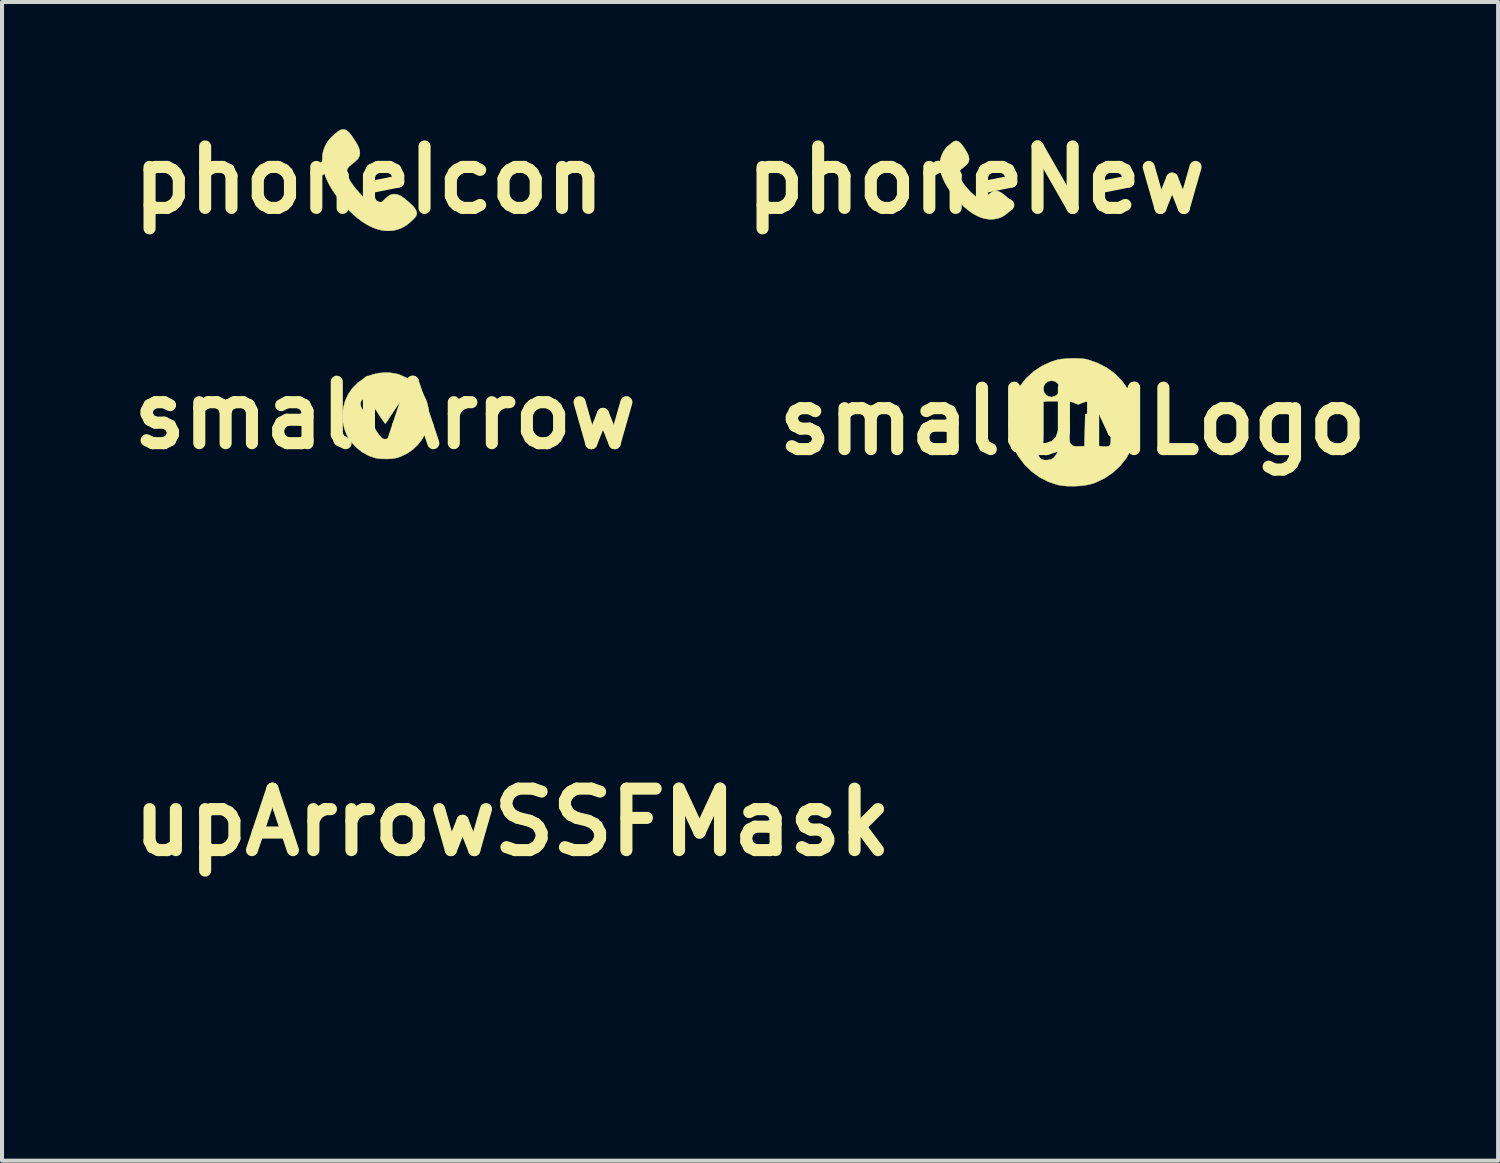
<source format=kicad_pcb>
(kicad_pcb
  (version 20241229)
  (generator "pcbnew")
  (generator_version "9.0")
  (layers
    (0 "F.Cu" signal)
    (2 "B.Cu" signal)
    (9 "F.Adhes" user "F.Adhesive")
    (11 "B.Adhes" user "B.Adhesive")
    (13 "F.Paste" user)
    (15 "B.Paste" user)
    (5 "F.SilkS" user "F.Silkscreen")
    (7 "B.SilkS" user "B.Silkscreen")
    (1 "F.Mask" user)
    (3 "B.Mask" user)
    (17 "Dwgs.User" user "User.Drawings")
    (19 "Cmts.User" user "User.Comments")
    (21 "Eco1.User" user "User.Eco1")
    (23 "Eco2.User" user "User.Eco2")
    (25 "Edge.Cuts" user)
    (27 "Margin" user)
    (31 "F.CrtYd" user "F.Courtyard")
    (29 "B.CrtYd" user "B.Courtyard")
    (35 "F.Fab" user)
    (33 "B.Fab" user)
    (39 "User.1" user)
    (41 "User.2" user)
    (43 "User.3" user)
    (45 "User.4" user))
  (footprint "upArrowSSFMask"
    (layer "F.Cu")
    (at 9.659 17.349)
    (property "Reference" "upArrowSSFMask" (at 0 0 0) (layer "F.SilkS") (effects (font (size 1.524 1.524) (thickness 0.3))))
    (attr through_hole)
    (fp_poly (pts (xy 1.201 -5.21) (xy 2.027 -4.956) (xy 2.271 -4.847) (xy 2.752 -4.614) (xy 2.329 -4.588) (xy 1.999 -4.545) (xy 1.786 -4.446) (xy 1.667 -4.261) (xy 1.616 -3.959) (xy 1.609 -3.683) (xy 1.624 -3.29) (xy 1.69 -3.032) (xy 1.835 -2.882) (xy 2.088 -2.812) (xy 2.477 -2.794) (xy 2.519 -2.794) (xy 2.911 -2.809) (xy 3.164 -2.871) (xy 3.308 -3.01) (xy 3.372 -3.254) (xy 3.387 -3.622) (xy 3.387 -4.183) (xy 3.732 -3.848) (xy 4.083 -3.455) (xy 4.436 -2.972) (xy 4.751 -2.456) (xy 4.994 -1.966) (xy 5.071 -1.763) (xy 5.295 -0.838) (xy 5.36 0.081) (xy 5.275 0.977) (xy 5.047 1.836) (xy 4.685 2.639) (xy 4.196 3.373) (xy 3.589 4.019) (xy 2.872 4.563) (xy 2.054 4.988) (xy 1.566 5.164) (xy 1.134 5.266) (xy 0.617 5.34) (xy 0.073 5.383) (xy -0.44 5.39) (xy -0.867 5.358) (xy -0.975 5.338) (xy -1.904 5.058) (xy -2.754 4.639) (xy -3.509 4.096) (xy -4.156 3.44) (xy -4.681 2.684) (xy -5.07 1.839) (xy -5.128 1.669) (xy -5.143 1.602) (xy -3.055 1.602) (xy -3.025 1.712) (xy -2.963 1.81) (xy -2.874 1.91) (xy -2.864 1.921) (xy -2.654 2.053) (xy -2.38 2.118) (xy -2.117 2.107) (xy -1.989 2.052) (xy -1.922 1.968) (xy -1.779 1.768) (xy -1.579 1.478) (xy -1.339 1.125) (xy -1.076 0.734) (xy -0.808 0.332) (xy -0.553 -0.056) (xy -0.327 -0.404) (xy -0.149 -0.685) (xy -0.14 -0.699) (xy -0.024 -0.859) (xy 0.062 -0.93) (xy 0.065 -0.93) (xy 0.128 -0.862) (xy 0.267 -0.673) (xy 0.467 -0.384) (xy 0.713 -0.019) (xy 0.989 0.402) (xy 1.016 0.443) (xy 1.302 0.881) (xy 1.566 1.276) (xy 1.79 1.606) (xy 1.957 1.843) (xy 2.052 1.964) (xy 2.053 1.966) (xy 2.267 2.08) (xy 2.551 2.113) (xy 2.829 2.063) (xy 2.978 1.977) (xy 3.103 1.751) (xy 3.133 1.486) (xy 3.122 1.348) (xy 3.083 1.199) (xy 3.002 1.015) (xy 2.867 0.774) (xy 2.666 0.454) (xy 2.387 0.03) (xy 2.201 -0.246) (xy 1.916 -0.672) (xy 1.665 -1.048) (xy 1.465 -1.352) (xy 1.329 -1.563) (xy 1.271 -1.659) (xy 1.27 -1.662) (xy 1.221 -1.769) (xy 1.094 -1.964) (xy 0.921 -2.205) (xy 0.734 -2.449) (xy 0.564 -2.655) (xy 0.442 -2.78) (xy 0.42 -2.796) (xy 0.11 -2.875) (xy -0.206 -2.813) (xy -0.309 -2.754) (xy -0.414 -2.644) (xy -0.591 -2.419) (xy -0.821 -2.103) (xy -1.085 -1.725) (xy -1.29 -1.421) (xy -1.768 -0.7) (xy -2.159 -0.106) (xy -2.469 0.376) (xy -2.707 0.759) (xy -2.877 1.06) (xy -2.987 1.291) (xy -3.044 1.467) (xy -3.055 1.602) (xy -5.143 1.602) (xy -5.274 1.047) (xy -5.352 0.346) (xy -5.359 -0.362) (xy -5.292 -1.011) (xy -5.256 -1.185) (xy -5.002 -1.955) (xy -4.611 -2.714) (xy -4.114 -3.411) (xy -3.901 -3.651) (xy -3.309 -4.276) (xy -3.306 -3.675) (xy -3.287 -3.285) (xy -3.219 -3.029) (xy -3.072 -2.881) (xy -2.817 -2.812) (xy -2.425 -2.794) (xy -2.391 -2.794) (xy -2.003 -2.808) (xy -1.751 -2.868) (xy -1.607 -3.006) (xy -1.541 -3.249) (xy -1.524 -3.629) (xy -1.524 -3.676) (xy -1.541 -4.072) (xy -1.61 -4.331) (xy -1.757 -4.484) (xy -2.006 -4.562) (xy -2.287 -4.59) (xy -2.752 -4.618) (xy -2.255 -4.852) (xy -1.44 -5.148) (xy -0.569 -5.307) (xy 0.323 -5.327) (xy 1.201 -5.21)) (stroke (width 0.01) (type solid)) (fill yes) (layer "F.Mask")))
  (footprint "phoneIcon"
    (layer "F.Cu")
    (at 6.103 1.418)
    (property "Reference" "phoneIcon" (at 0 0 0) (layer "F.SilkS") (effects (font (size 1.524 1.524) (thickness 0.3))))
    (attr through_hole)
    (fp_poly (pts (xy -0.626 -1.257) (xy -0.61 -1.254) (xy -0.595 -1.25) (xy -0.576 -1.241) (xy -0.572 -1.239) (xy -0.547 -1.225) (xy -0.523 -1.207) (xy -0.499 -1.185) (xy -0.473 -1.157) (xy -0.446 -1.122) (xy -0.416 -1.081) (xy -0.383 -1.032) (xy -0.348 -0.978) (xy -0.319 -0.931) (xy -0.296 -0.891) (xy -0.277 -0.856) (xy -0.262 -0.825) (xy -0.25 -0.796) (xy -0.241 -0.767) (xy -0.234 -0.738) (xy -0.231 -0.726) (xy -0.225 -0.676) (xy -0.229 -0.628) (xy -0.242 -0.584) (xy -0.265 -0.542) (xy -0.271 -0.534) (xy -0.286 -0.517) (xy -0.307 -0.495) (xy -0.334 -0.47) (xy -0.364 -0.443) (xy -0.396 -0.416) (xy -0.43 -0.39) (xy -0.449 -0.375) (xy -0.484 -0.346) (xy -0.51 -0.318) (xy -0.529 -0.29) (xy -0.54 -0.259) (xy -0.543 -0.25) (xy -0.547 -0.208) (xy -0.542 -0.161) (xy -0.528 -0.11) (xy -0.506 -0.054) (xy -0.475 0.006) (xy -0.435 0.07) (xy -0.387 0.139) (xy -0.329 0.212) (xy -0.309 0.237) (xy -0.241 0.315) (xy -0.176 0.384) (xy -0.114 0.443) (xy -0.055 0.493) (xy 0.001 0.533) (xy 0.053 0.565) (xy 0.103 0.587) (xy 0.15 0.599) (xy 0.188 0.603) (xy 0.214 0.601) (xy 0.238 0.596) (xy 0.261 0.587) (xy 0.285 0.572) (xy 0.311 0.551) (xy 0.341 0.523) (xy 0.343 0.521) (xy 0.39 0.476) (xy 0.432 0.439) (xy 0.469 0.408) (xy 0.5 0.386) (xy 0.525 0.371) (xy 0.569 0.354) (xy 0.613 0.347) (xy 0.659 0.348) (xy 0.707 0.359) (xy 0.758 0.379) (xy 0.811 0.408) (xy 0.848 0.433) (xy 0.872 0.45) (xy 0.9 0.473) (xy 0.933 0.5) (xy 0.966 0.528) (xy 1 0.557) (xy 1.031 0.585) (xy 1.058 0.611) (xy 1.077 0.628) (xy 1.117 0.673) (xy 1.148 0.716) (xy 1.17 0.757) (xy 1.182 0.796) (xy 1.184 0.833) (xy 1.178 0.87) (xy 1.17 0.889) (xy 1.161 0.904) (xy 1.144 0.924) (xy 1.123 0.948) (xy 1.097 0.975) (xy 1.068 1.003) (xy 1.037 1.031) (xy 1.005 1.059) (xy 0.974 1.085) (xy 0.944 1.108) (xy 0.918 1.127) (xy 0.843 1.171) (xy 0.763 1.207) (xy 0.681 1.233) (xy 0.595 1.251) (xy 0.507 1.258) (xy 0.418 1.257) (xy 0.389 1.254) (xy 0.296 1.24) (xy 0.201 1.215) (xy 0.106 1.181) (xy 0.011 1.137) (xy -0.086 1.083) (xy -0.182 1.019) (xy -0.28 0.946) (xy -0.377 0.863) (xy -0.475 0.771) (xy -0.573 0.669) (xy -0.672 0.558) (xy -0.688 0.538) (xy -0.775 0.43) (xy -0.852 0.326) (xy -0.921 0.223) (xy -0.98 0.122) (xy -1.031 0.023) (xy -1.074 -0.075) (xy -1.108 -0.173) (xy -1.135 -0.271) (xy -1.149 -0.336) (xy -1.152 -0.357) (xy -1.154 -0.38) (xy -1.156 -0.405) (xy -1.157 -0.436) (xy -1.158 -0.474) (xy -1.158 -0.498) (xy -1.157 -0.547) (xy -1.155 -0.588) (xy -1.152 -0.624) (xy -1.148 -0.657) (xy -1.141 -0.69) (xy -1.131 -0.725) (xy -1.119 -0.764) (xy -1.118 -0.766) (xy -1.091 -0.835) (xy -1.056 -0.903) (xy -1.015 -0.967) (xy -0.968 -1.027) (xy -0.918 -1.078) (xy -0.898 -1.097) (xy -0.879 -1.112) (xy -0.856 -1.132) (xy -0.831 -1.154) (xy -0.808 -1.174) (xy -0.807 -1.174) (xy -0.772 -1.204) (xy -0.74 -1.226) (xy -0.712 -1.242) (xy -0.685 -1.252) (xy -0.658 -1.256) (xy -0.646 -1.257) (xy -0.626 -1.257)) (stroke (width 0.01) (type solid)) (fill yes) (layer "F.SilkS")))
  (footprint "smallJMLogo"
    (layer "F.Cu")
    (at 23.56 7.402)
    (property "Reference" "smallJMLogo" (at 0 0 0) (layer "F.SilkS") (effects (font (size 1.524 1.524) (thickness 0.3))))
    (attr through_hole)
    (fp_poly (pts (xy 0.197 -1.557) (xy 0.3 -1.547) (xy 0.363 -1.535) (xy 0.621 -1.445) (xy 0.85 -1.326) (xy 1.05 -1.18) (xy 1.222 -1.005) (xy 1.367 -0.8) (xy 1.421 -0.703) (xy 1.514 -0.481) (xy 1.572 -0.245) (xy 1.595 -0.002) (xy 1.582 0.242) (xy 1.534 0.479) (xy 1.451 0.703) (xy 1.33 0.914) (xy 1.177 1.106) (xy 0.996 1.273) (xy 0.793 1.412) (xy 0.57 1.518) (xy 0.494 1.546) (xy 0.361 1.578) (xy 0.203 1.6) (xy 0.032 1.609) (xy -0.137 1.607) (xy -0.291 1.592) (xy -0.38 1.574) (xy -0.61 1.496) (xy -0.827 1.383) (xy -1.024 1.238) (xy -1.198 1.067) (xy -1.344 0.872) (xy -1.384 0.801) (xy -0.863 0.801) (xy -0.837 0.866) (xy -0.837 0.867) (xy -0.798 0.923) (xy -0.748 0.954) (xy -0.677 0.963) (xy -0.63 0.961) (xy -0.546 0.948) (xy -0.486 0.918) (xy -0.471 0.905) (xy -0.43 0.857) (xy -0.388 0.791) (xy -0.375 0.766) (xy -0.361 0.732) (xy -0.35 0.694) (xy -0.342 0.648) (xy -0.336 0.586) (xy -0.332 0.503) (xy -0.329 0.391) (xy -0.326 0.252) (xy -0.322 0.09) (xy -0.317 -0.033) (xy -0.311 -0.119) (xy -0.303 -0.17) (xy -0.296 -0.186) (xy -0.243 -0.201) (xy -0.179 -0.196) (xy -0.124 -0.174) (xy -0.117 -0.168) (xy -0.104 -0.152) (xy -0.094 -0.128) (xy -0.087 -0.089) (xy -0.083 -0.031) (xy -0.081 0.055) (xy -0.081 0.173) (xy -0.081 0.196) (xy -0.08 0.318) (xy -0.079 0.407) (xy -0.076 0.469) (xy -0.071 0.51) (xy -0.061 0.538) (xy -0.047 0.558) (xy -0.03 0.576) (xy 0.001 0.604) (xy 0.035 0.618) (xy 0.085 0.623) (xy 0.156 0.621) (xy 0.292 0.615) (xy 0.302 0.222) (xy 0.312 -0.17) (xy 0.368 -0.19) (xy 0.448 -0.198) (xy 0.479 -0.19) (xy 0.534 -0.17) (xy 0.545 0.172) (xy 0.55 0.287) (xy 0.555 0.391) (xy 0.562 0.474) (xy 0.568 0.53) (xy 0.573 0.55) (xy 0.606 0.591) (xy 0.662 0.615) (xy 0.748 0.625) (xy 0.773 0.625) (xy 0.834 0.625) (xy 0.879 0.622) (xy 0.91 0.61) (xy 0.93 0.585) (xy 0.942 0.54) (xy 0.946 0.47) (xy 0.948 0.37) (xy 0.947 0.251) (xy 0.946 0.127) (xy 0.943 0.01) (xy 0.937 -0.092) (xy 0.93 -0.169) (xy 0.925 -0.203) (xy 0.882 -0.312) (xy 0.807 -0.402) (xy 0.708 -0.465) (xy 0.659 -0.483) (xy 0.559 -0.499) (xy 0.445 -0.5) (xy 0.332 -0.487) (xy 0.237 -0.46) (xy 0.215 -0.45) (xy 0.166 -0.427) (xy 0.132 -0.421) (xy 0.094 -0.432) (xy 0.053 -0.452) (xy 0.015 -0.469) (xy -0.029 -0.481) (xy -0.084 -0.489) (xy -0.161 -0.494) (xy -0.265 -0.498) (xy -0.333 -0.499) (xy -0.442 -0.5) (xy -0.541 -0.5) (xy -0.619 -0.498) (xy -0.67 -0.495) (xy -0.68 -0.494) (xy -0.726 -0.483) (xy -0.726 0.062) (xy -0.726 0.241) (xy -0.728 0.384) (xy -0.732 0.496) (xy -0.738 0.58) (xy -0.748 0.641) (xy -0.762 0.683) (xy -0.781 0.71) (xy -0.804 0.727) (xy -0.826 0.736) (xy -0.859 0.759) (xy -0.863 0.801) (xy -1.384 0.801) (xy -1.42 0.736) (xy -1.485 0.597) (xy -1.53 0.473) (xy -1.559 0.352) (xy -1.575 0.221) (xy -1.581 0.066) (xy -1.581 0.03) (xy -1.578 -0.132) (xy -1.564 -0.268) (xy -1.539 -0.391) (xy -1.497 -0.513) (xy -1.44 -0.643) (xy -1.348 -0.806) (xy -0.726 -0.806) (xy -0.709 -0.722) (xy -0.664 -0.657) (xy -0.599 -0.616) (xy -0.524 -0.602) (xy -0.446 -0.619) (xy -0.381 -0.664) (xy -0.334 -0.735) (xy -0.32 -0.813) (xy -0.337 -0.888) (xy -0.38 -0.951) (xy -0.447 -0.994) (xy -0.524 -1.008) (xy -0.612 -0.99) (xy -0.678 -0.941) (xy -0.718 -0.867) (xy -0.726 -0.806) (xy -1.348 -0.806) (xy -1.313 -0.867) (xy -1.156 -1.065) (xy -0.972 -1.234) (xy -0.763 -1.373) (xy -0.532 -1.479) (xy -0.383 -1.526) (xy -0.296 -1.542) (xy -0.183 -1.554) (xy -0.056 -1.56) (xy 0.075 -1.561) (xy 0.197 -1.557)) (stroke (width 0.01) (type solid)) (fill yes) (layer "F.SilkS")))
  (footprint "phoneNew"
    (layer "F.Cu")
    (at 21.165 1.418)
    (property "Reference" "phoneNew" (at 0 0 0) (layer "F.SilkS") (effects (font (size 1.524 1.524) (thickness 0.3))))
    (attr through_hole)
    (fp_poly (pts (xy -0.484 -0.971) (xy -0.472 -0.969) (xy -0.46 -0.966) (xy -0.445 -0.959) (xy -0.442 -0.957) (xy -0.423 -0.947) (xy -0.404 -0.933) (xy -0.386 -0.915) (xy -0.366 -0.894) (xy -0.344 -0.867) (xy -0.321 -0.835) (xy -0.296 -0.798) (xy -0.269 -0.755) (xy -0.247 -0.719) (xy -0.229 -0.689) (xy -0.214 -0.661) (xy -0.202 -0.637) (xy -0.193 -0.615) (xy -0.186 -0.593) (xy -0.18 -0.57) (xy -0.179 -0.561) (xy -0.174 -0.522) (xy -0.177 -0.486) (xy -0.187 -0.451) (xy -0.205 -0.419) (xy -0.209 -0.413) (xy -0.221 -0.399) (xy -0.237 -0.382) (xy -0.258 -0.363) (xy -0.281 -0.342) (xy -0.306 -0.321) (xy -0.332 -0.301) (xy -0.347 -0.29) (xy -0.374 -0.268) (xy -0.394 -0.246) (xy -0.409 -0.224) (xy -0.418 -0.2) (xy -0.419 -0.193) (xy -0.423 -0.16) (xy -0.419 -0.124) (xy -0.408 -0.085) (xy -0.391 -0.042) (xy -0.367 0.005) (xy -0.336 0.054) (xy -0.299 0.108) (xy -0.255 0.164) (xy -0.239 0.183) (xy -0.186 0.243) (xy -0.136 0.296) (xy -0.088 0.342) (xy -0.043 0.381) (xy 0.000475 0.412) (xy 0.041 0.436) (xy 0.08 0.453) (xy 0.116 0.463) (xy 0.145 0.466) (xy 0.166 0.465) (xy 0.184 0.461) (xy 0.202 0.453) (xy 0.22 0.442) (xy 0.24 0.426) (xy 0.263 0.404) (xy 0.265 0.402) (xy 0.301 0.368) (xy 0.334 0.339) (xy 0.362 0.316) (xy 0.387 0.298) (xy 0.406 0.287) (xy 0.44 0.274) (xy 0.474 0.268) (xy 0.51 0.269) (xy 0.547 0.277) (xy 0.585 0.293) (xy 0.626 0.315) (xy 0.655 0.334) (xy 0.673 0.348) (xy 0.696 0.366) (xy 0.721 0.386) (xy 0.747 0.408) (xy 0.773 0.431) (xy 0.797 0.452) (xy 0.818 0.472) (xy 0.832 0.486) (xy 0.863 0.52) (xy 0.887 0.553) (xy 0.904 0.585) (xy 0.913 0.615) (xy 0.915 0.644) (xy 0.91 0.672) (xy 0.904 0.687) (xy 0.897 0.699) (xy 0.884 0.714) (xy 0.868 0.733) (xy 0.847 0.753) (xy 0.825 0.775) (xy 0.801 0.797) (xy 0.776 0.818) (xy 0.752 0.839) (xy 0.729 0.856) (xy 0.709 0.871) (xy 0.651 0.905) (xy 0.59 0.933) (xy 0.526 0.953) (xy 0.46 0.966) (xy 0.392 0.972) (xy 0.323 0.971) (xy 0.301 0.969) (xy 0.228 0.958) (xy 0.156 0.939) (xy 0.082 0.912) (xy 0.008 0.878) (xy -0.066 0.837) (xy -0.141 0.788) (xy -0.216 0.731) (xy -0.292 0.667) (xy -0.367 0.596) (xy -0.443 0.517) (xy -0.519 0.431) (xy -0.532 0.416) (xy -0.599 0.333) (xy -0.659 0.252) (xy -0.711 0.172) (xy -0.757 0.094) (xy -0.797 0.018) (xy -0.83 -0.058) (xy -0.857 -0.134) (xy -0.877 -0.209) (xy -0.888 -0.26) (xy -0.89 -0.276) (xy -0.892 -0.293) (xy -0.893 -0.313) (xy -0.894 -0.337) (xy -0.894 -0.366) (xy -0.895 -0.385) (xy -0.894 -0.423) (xy -0.893 -0.454) (xy -0.891 -0.482) (xy -0.887 -0.508) (xy -0.881 -0.533) (xy -0.874 -0.56) (xy -0.864 -0.59) (xy -0.864 -0.592) (xy -0.843 -0.645) (xy -0.816 -0.698) (xy -0.784 -0.748) (xy -0.748 -0.793) (xy -0.71 -0.833) (xy -0.694 -0.847) (xy -0.679 -0.86) (xy -0.661 -0.875) (xy -0.642 -0.891) (xy -0.624 -0.907) (xy -0.624 -0.907) (xy -0.596 -0.93) (xy -0.572 -0.948) (xy -0.55 -0.96) (xy -0.529 -0.967) (xy -0.509 -0.971) (xy -0.499 -0.971) (xy -0.484 -0.971)) (stroke (width 0.01) (type solid)) (fill yes) (layer "F.SilkS")))
  (footprint "smallArrow"
    (layer "F.Cu")
    (at 6.502 7.254)
    (property "Reference" "smallArrow" (at 0 0 0) (layer "F.SilkS") (effects (font (size 1.524 1.524) (thickness 0.3))))
    (attr through_hole)
    (fp_poly (pts (xy 0.139 -1.055) (xy 0.278 -1.033) (xy 0.353 -1.012) (xy 0.531 -0.932) (xy 0.689 -0.827) (xy 0.825 -0.699) (xy 0.935 -0.55) (xy 1.019 -0.383) (xy 1.042 -0.317) (xy 1.072 -0.192) (xy 1.087 -0.052) (xy 1.089 0.089) (xy 1.075 0.219) (xy 1.068 0.254) (xy 1.012 0.424) (xy 0.926 0.583) (xy 0.816 0.726) (xy 0.685 0.851) (xy 0.536 0.952) (xy 0.374 1.027) (xy 0.271 1.057) (xy 0.168 1.074) (xy 0.047 1.081) (xy -0.077 1.079) (xy -0.191 1.067) (xy -0.244 1.057) (xy -0.408 1) (xy -0.564 0.914) (xy -0.706 0.803) (xy -0.829 0.67) (xy -0.929 0.521) (xy -0.949 0.483) (xy -1.009 0.33) (xy -1.044 0.17) (xy -1.054 0) (xy -1.036 -0.187) (xy -1.011 -0.28) (xy -0.61 -0.28) (xy -0.608 -0.253) (xy -0.6 -0.223) (xy -0.583 -0.186) (xy -0.556 -0.138) (xy -0.516 -0.074) (xy -0.46 0.011) (xy -0.423 0.066) (xy -0.366 0.151) (xy -0.316 0.227) (xy -0.276 0.287) (xy -0.249 0.33) (xy -0.237 0.349) (xy -0.237 0.349) (xy -0.227 0.37) (xy -0.203 0.408) (xy -0.169 0.456) (xy -0.132 0.505) (xy -0.099 0.546) (xy -0.075 0.572) (xy -0.07 0.575) (xy -0.014 0.591) (xy 0.048 0.583) (xy 0.079 0.568) (xy 0.1 0.546) (xy 0.135 0.501) (xy 0.181 0.438) (xy 0.234 0.362) (xy 0.275 0.301) (xy 0.37 0.157) (xy 0.449 0.038) (xy 0.511 -0.058) (xy 0.558 -0.135) (xy 0.592 -0.195) (xy 0.614 -0.241) (xy 0.626 -0.276) (xy 0.628 -0.304) (xy 0.622 -0.325) (xy 0.61 -0.345) (xy 0.592 -0.365) (xy 0.59 -0.367) (xy 0.548 -0.394) (xy 0.493 -0.407) (xy 0.44 -0.404) (xy 0.415 -0.393) (xy 0.401 -0.377) (xy 0.373 -0.337) (xy 0.333 -0.279) (xy 0.285 -0.208) (xy 0.232 -0.13) (xy 0.179 -0.049) (xy 0.127 0.028) (xy 0.082 0.098) (xy 0.047 0.154) (xy 0.045 0.157) (xy 0.022 0.189) (xy 0.005 0.203) (xy 0.004 0.203) (xy -0.009 0.189) (xy -0.037 0.151) (xy -0.077 0.094) (xy -0.126 0.021) (xy -0.181 -0.063) (xy -0.186 -0.072) (xy -0.243 -0.159) (xy -0.296 -0.238) (xy -0.341 -0.304) (xy -0.375 -0.352) (xy -0.393 -0.376) (xy -0.394 -0.376) (xy -0.436 -0.399) (xy -0.493 -0.406) (xy -0.549 -0.396) (xy -0.579 -0.378) (xy -0.604 -0.333) (xy -0.61 -0.28) (xy -1.011 -0.28) (xy -0.988 -0.364) (xy -0.911 -0.528) (xy -0.808 -0.676) (xy -0.68 -0.805) (xy -0.53 -0.912) (xy -0.36 -0.994) (xy -0.288 -1.019) (xy -0.156 -1.048) (xy -0.01 -1.06) (xy 0.139 -1.055)) (stroke (width 0.01) (type solid)) (fill yes) (layer "F.SilkS")))
  (gr_rect
    (start -3 -3)
    (end 34.114 25.744)
    (stroke (width 0.1) (type default))
    (fill no)
    (layer "Edge.Cuts")))
</source>
